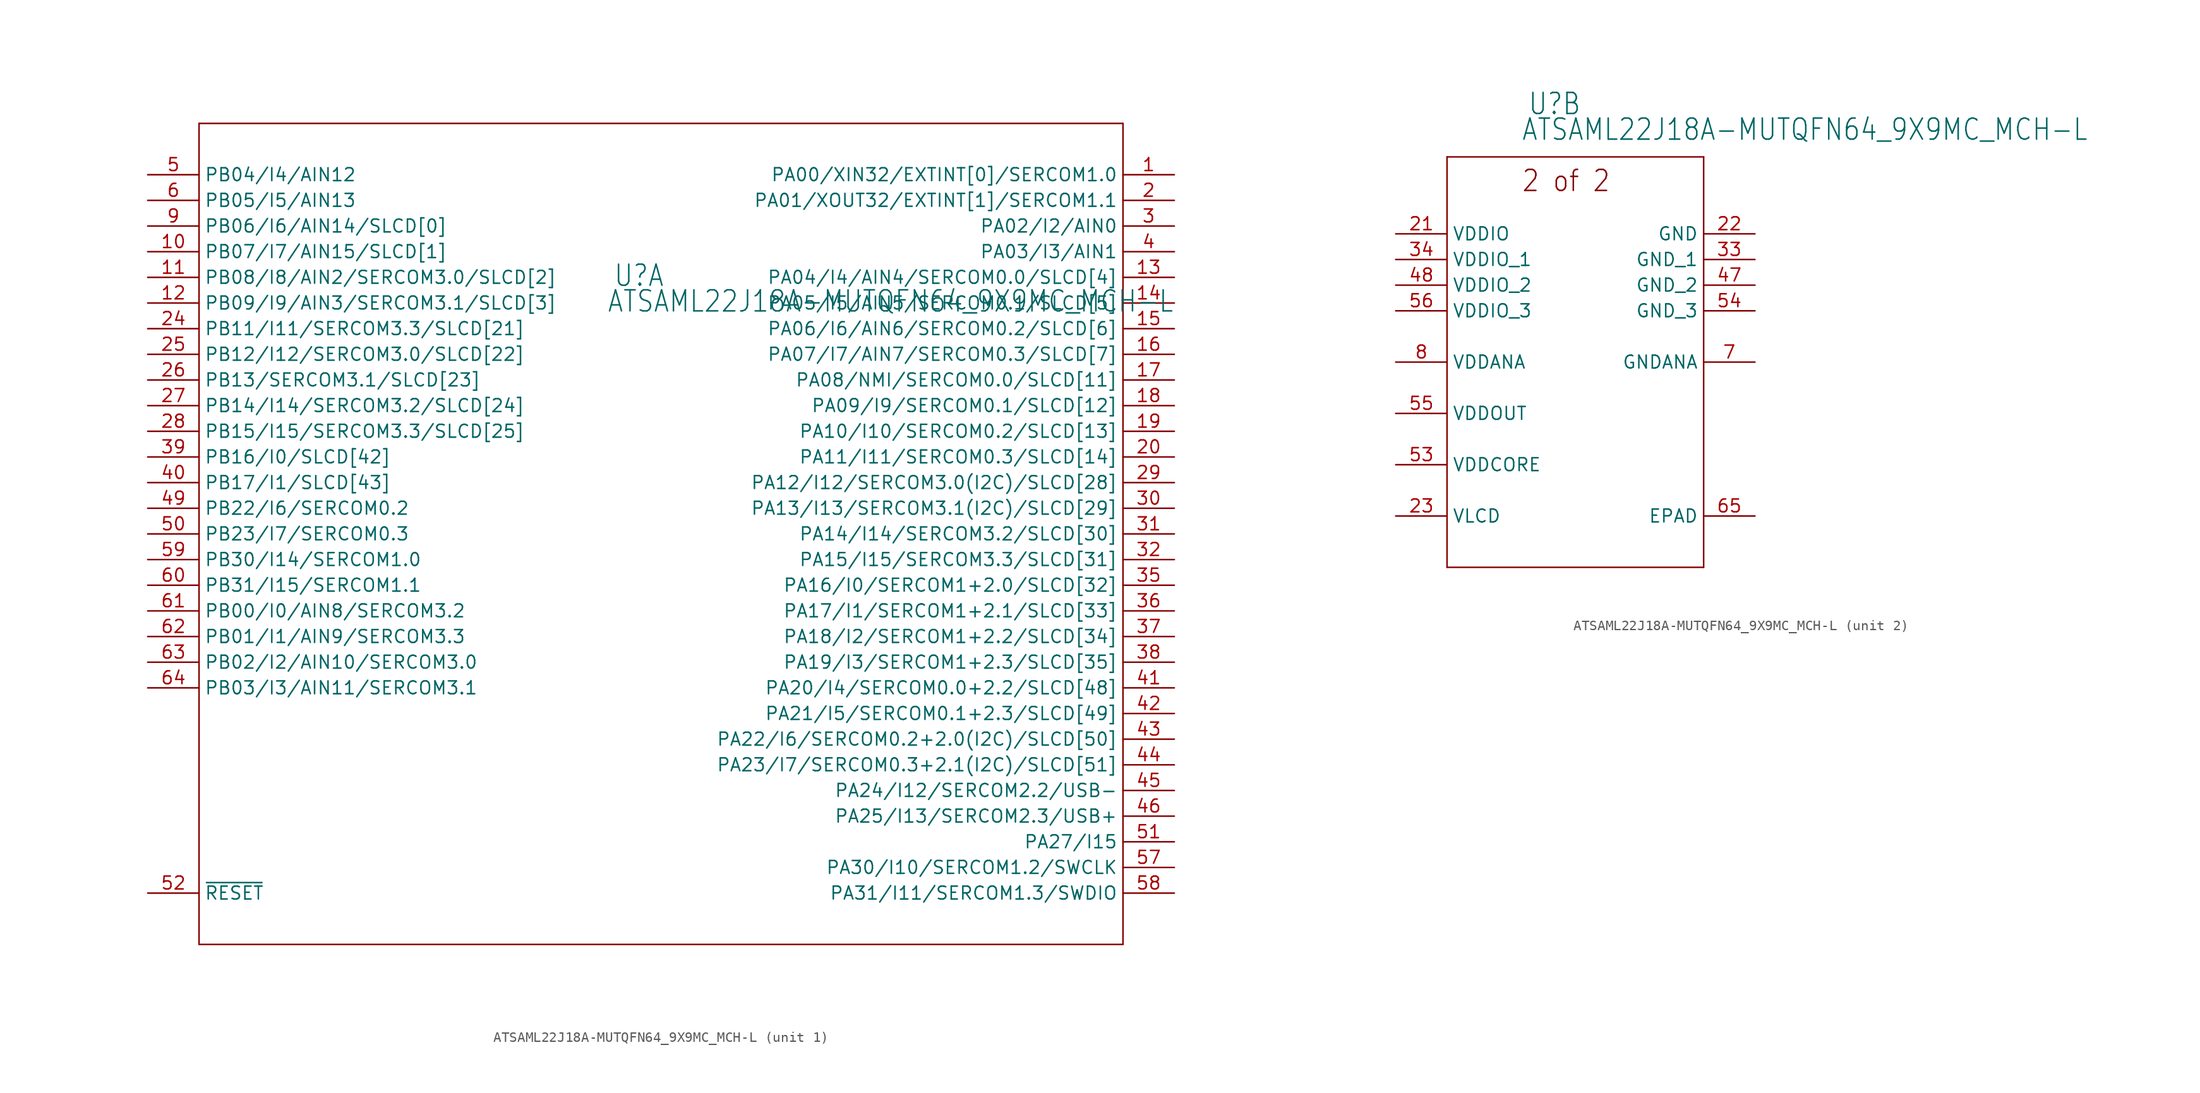
<source format=kicad_sym>
(kicad_symbol_lib
  (version 20211014)
  (generator kicad_symbol_editor)
  (symbol "ATSAML22J18A-MUTQFN64_9X9MC_MCH-L"
    (property "Reference" "U"
      (at -4.724 24.359 0)
      (effects (font (size 2.083 1.77)) (justify left bottom)))
    (property "Value" "ATSAML22J18A-MUTQFN64_9X9MC_MCH-L"
      (at -5.359 21.819 0)
      (effects (font (size 2.083 1.77)) (justify left bottom)))
    (property "ki_locked" ""
      (at 0 0 0)
      (effects (font (size 1.27 1.27))))
    (symbol "ATSAML22J18A-MUTQFN64_9X9MC_MCH-L_1_0"
      (polyline (pts (xy -45.72 -40.64) (xy 45.72 -40.64)) (stroke (width 0.152) (type default) (color 0 0 0 0)) (fill (type none)))
      (polyline (pts (xy -45.72 40.64) (xy -45.72 -40.64)) (stroke (width 0.152) (type default) (color 0 0 0 0)) (fill (type none)))
      (polyline (pts (xy 45.72 -40.64) (xy 45.72 40.64)) (stroke (width 0.152) (type default) (color 0 0 0 0)) (fill (type none)))
      (polyline (pts (xy 45.72 40.64) (xy -45.72 40.64)) (stroke (width 0.152) (type default) (color 0 0 0 0)) (fill (type none)))
      (pin bidirectional line (at 50.8 35.56 180) (length 5.08) (name "PA00/XIN32/EXTINT[0]/SERCOM1.0" (effects (font (size 1.27 1.27)))) (number "1" (effects (font (size 1.27 1.27)))))
      (pin bidirectional line (at -50.8 27.94 0) (length 5.08) (name "PB07/I7/AIN15/SLCD[1]" (effects (font (size 1.27 1.27)))) (number "10" (effects (font (size 1.27 1.27)))))
      (pin bidirectional line (at -50.8 25.4 0) (length 5.08) (name "PB08/I8/AIN2/SERCOM3.0/SLCD[2]" (effects (font (size 1.27 1.27)))) (number "11" (effects (font (size 1.27 1.27)))))
      (pin bidirectional line (at -50.8 22.86 0) (length 5.08) (name "PB09/I9/AIN3/SERCOM3.1/SLCD[3]" (effects (font (size 1.27 1.27)))) (number "12" (effects (font (size 1.27 1.27)))))
      (pin bidirectional line (at 50.8 25.4 180) (length 5.08) (name "PA04/I4/AIN4/SERCOM0.0/SLCD[4]" (effects (font (size 1.27 1.27)))) (number "13" (effects (font (size 1.27 1.27)))))
      (pin bidirectional line (at 50.8 22.86 180) (length 5.08) (name "PA05/I5/AIN5/SERCOM0.1/SLCD[5]" (effects (font (size 1.27 1.27)))) (number "14" (effects (font (size 1.27 1.27)))))
      (pin bidirectional line (at 50.8 20.32 180) (length 5.08) (name "PA06/I6/AIN6/SERCOM0.2/SLCD[6]" (effects (font (size 1.27 1.27)))) (number "15" (effects (font (size 1.27 1.27)))))
      (pin bidirectional line (at 50.8 17.78 180) (length 5.08) (name "PA07/I7/AIN7/SERCOM0.3/SLCD[7]" (effects (font (size 1.27 1.27)))) (number "16" (effects (font (size 1.27 1.27)))))
      (pin bidirectional line (at 50.8 15.24 180) (length 5.08) (name "PA08/NMI/SERCOM0.0/SLCD[11]" (effects (font (size 1.27 1.27)))) (number "17" (effects (font (size 1.27 1.27)))))
      (pin bidirectional line (at 50.8 12.7 180) (length 5.08) (name "PA09/I9/SERCOM0.1/SLCD[12]" (effects (font (size 1.27 1.27)))) (number "18" (effects (font (size 1.27 1.27)))))
      (pin bidirectional line (at 50.8 10.16 180) (length 5.08) (name "PA10/I10/SERCOM0.2/SLCD[13]" (effects (font (size 1.27 1.27)))) (number "19" (effects (font (size 1.27 1.27)))))
      (pin bidirectional line (at 50.8 33.02 180) (length 5.08) (name "PA01/XOUT32/EXTINT[1]/SERCOM1.1" (effects (font (size 1.27 1.27)))) (number "2" (effects (font (size 1.27 1.27)))))
      (pin bidirectional line (at 50.8 7.62 180) (length 5.08) (name "PA11/I11/SERCOM0.3/SLCD[14]" (effects (font (size 1.27 1.27)))) (number "20" (effects (font (size 1.27 1.27)))))
      (pin bidirectional line (at -50.8 20.32 0) (length 5.08) (name "PB11/I11/SERCOM3.3/SLCD[21]" (effects (font (size 1.27 1.27)))) (number "24" (effects (font (size 1.27 1.27)))))
      (pin bidirectional line (at -50.8 17.78 0) (length 5.08) (name "PB12/I12/SERCOM3.0/SLCD[22]" (effects (font (size 1.27 1.27)))) (number "25" (effects (font (size 1.27 1.27)))))
      (pin bidirectional line (at -50.8 15.24 0) (length 5.08) (name "PB13/SERCOM3.1/SLCD[23]" (effects (font (size 1.27 1.27)))) (number "26" (effects (font (size 1.27 1.27)))))
      (pin bidirectional line (at -50.8 12.7 0) (length 5.08) (name "PB14/I14/SERCOM3.2/SLCD[24]" (effects (font (size 1.27 1.27)))) (number "27" (effects (font (size 1.27 1.27)))))
      (pin bidirectional line (at -50.8 10.16 0) (length 5.08) (name "PB15/I15/SERCOM3.3/SLCD[25]" (effects (font (size 1.27 1.27)))) (number "28" (effects (font (size 1.27 1.27)))))
      (pin bidirectional line (at 50.8 5.08 180) (length 5.08) (name "PA12/I12/SERCOM3.0(I2C)/SLCD[28]" (effects (font (size 1.27 1.27)))) (number "29" (effects (font (size 1.27 1.27)))))
      (pin bidirectional line (at 50.8 30.48 180) (length 5.08) (name "PA02/I2/AIN0" (effects (font (size 1.27 1.27)))) (number "3" (effects (font (size 1.27 1.27)))))
      (pin bidirectional line (at 50.8 2.54 180) (length 5.08) (name "PA13/I13/SERCOM3.1(I2C)/SLCD[29]" (effects (font (size 1.27 1.27)))) (number "30" (effects (font (size 1.27 1.27)))))
      (pin bidirectional line (at 50.8 0 180) (length 5.08) (name "PA14/I14/SERCOM3.2/SLCD[30]" (effects (font (size 1.27 1.27)))) (number "31" (effects (font (size 1.27 1.27)))))
      (pin bidirectional line (at 50.8 -2.54 180) (length 5.08) (name "PA15/I15/SERCOM3.3/SLCD[31]" (effects (font (size 1.27 1.27)))) (number "32" (effects (font (size 1.27 1.27)))))
      (pin bidirectional line (at 50.8 -5.08 180) (length 5.08) (name "PA16/I0/SERCOM1+2.0/SLCD[32]" (effects (font (size 1.27 1.27)))) (number "35" (effects (font (size 1.27 1.27)))))
      (pin bidirectional line (at 50.8 -7.62 180) (length 5.08) (name "PA17/I1/SERCOM1+2.1/SLCD[33]" (effects (font (size 1.27 1.27)))) (number "36" (effects (font (size 1.27 1.27)))))
      (pin bidirectional line (at 50.8 -10.16 180) (length 5.08) (name "PA18/I2/SERCOM1+2.2/SLCD[34]" (effects (font (size 1.27 1.27)))) (number "37" (effects (font (size 1.27 1.27)))))
      (pin bidirectional line (at 50.8 -12.7 180) (length 5.08) (name "PA19/I3/SERCOM1+2.3/SLCD[35]" (effects (font (size 1.27 1.27)))) (number "38" (effects (font (size 1.27 1.27)))))
      (pin bidirectional line (at -50.8 7.62 0) (length 5.08) (name "PB16/I0/SLCD[42]" (effects (font (size 1.27 1.27)))) (number "39" (effects (font (size 1.27 1.27)))))
      (pin bidirectional line (at 50.8 27.94 180) (length 5.08) (name "PA03/I3/AIN1" (effects (font (size 1.27 1.27)))) (number "4" (effects (font (size 1.27 1.27)))))
      (pin bidirectional line (at -50.8 5.08 0) (length 5.08) (name "PB17/I1/SLCD[43]" (effects (font (size 1.27 1.27)))) (number "40" (effects (font (size 1.27 1.27)))))
      (pin bidirectional line (at 50.8 -15.24 180) (length 5.08) (name "PA20/I4/SERCOM0.0+2.2/SLCD[48]" (effects (font (size 1.27 1.27)))) (number "41" (effects (font (size 1.27 1.27)))))
      (pin bidirectional line (at 50.8 -17.78 180) (length 5.08) (name "PA21/I5/SERCOM0.1+2.3/SLCD[49]" (effects (font (size 1.27 1.27)))) (number "42" (effects (font (size 1.27 1.27)))))
      (pin bidirectional line (at 50.8 -20.32 180) (length 5.08) (name "PA22/I6/SERCOM0.2+2.0(I2C)/SLCD[50]" (effects (font (size 1.27 1.27)))) (number "43" (effects (font (size 1.27 1.27)))))
      (pin bidirectional line (at 50.8 -22.86 180) (length 5.08) (name "PA23/I7/SERCOM0.3+2.1(I2C)/SLCD[51]" (effects (font (size 1.27 1.27)))) (number "44" (effects (font (size 1.27 1.27)))))
      (pin bidirectional line (at 50.8 -25.4 180) (length 5.08) (name "PA24/I12/SERCOM2.2/USB-" (effects (font (size 1.27 1.27)))) (number "45" (effects (font (size 1.27 1.27)))))
      (pin bidirectional line (at 50.8 -27.94 180) (length 5.08) (name "PA25/I13/SERCOM2.3/USB+" (effects (font (size 1.27 1.27)))) (number "46" (effects (font (size 1.27 1.27)))))
      (pin bidirectional line (at -50.8 2.54 0) (length 5.08) (name "PB22/I6/SERCOM0.2" (effects (font (size 1.27 1.27)))) (number "49" (effects (font (size 1.27 1.27)))))
      (pin bidirectional line (at -50.8 35.56 0) (length 5.08) (name "PB04/I4/AIN12" (effects (font (size 1.27 1.27)))) (number "5" (effects (font (size 1.27 1.27)))))
      (pin bidirectional line (at -50.8 0 0) (length 5.08) (name "PB23/I7/SERCOM0.3" (effects (font (size 1.27 1.27)))) (number "50" (effects (font (size 1.27 1.27)))))
      (pin bidirectional line (at 50.8 -30.48 180) (length 5.08) (name "PA27/I15" (effects (font (size 1.27 1.27)))) (number "51" (effects (font (size 1.27 1.27)))))
      (pin bidirectional line (at -50.8 -35.56 0) (length 5.08) (name "~{RESET}" (effects (font (size 1.27 1.27)))) (number "52" (effects (font (size 1.27 1.27)))))
      (pin bidirectional line (at 50.8 -33.02 180) (length 5.08) (name "PA30/I10/SERCOM1.2/SWCLK" (effects (font (size 1.27 1.27)))) (number "57" (effects (font (size 1.27 1.27)))))
      (pin bidirectional line (at 50.8 -35.56 180) (length 5.08) (name "PA31/I11/SERCOM1.3/SWDIO" (effects (font (size 1.27 1.27)))) (number "58" (effects (font (size 1.27 1.27)))))
      (pin bidirectional line (at -50.8 -2.54 0) (length 5.08) (name "PB30/I14/SERCOM1.0" (effects (font (size 1.27 1.27)))) (number "59" (effects (font (size 1.27 1.27)))))
      (pin bidirectional line (at -50.8 33.02 0) (length 5.08) (name "PB05/I5/AIN13" (effects (font (size 1.27 1.27)))) (number "6" (effects (font (size 1.27 1.27)))))
      (pin bidirectional line (at -50.8 -5.08 0) (length 5.08) (name "PB31/I15/SERCOM1.1" (effects (font (size 1.27 1.27)))) (number "60" (effects (font (size 1.27 1.27)))))
      (pin bidirectional line (at -50.8 -7.62 0) (length 5.08) (name "PB00/I0/AIN8/SERCOM3.2" (effects (font (size 1.27 1.27)))) (number "61" (effects (font (size 1.27 1.27)))))
      (pin bidirectional line (at -50.8 -10.16 0) (length 5.08) (name "PB01/I1/AIN9/SERCOM3.3" (effects (font (size 1.27 1.27)))) (number "62" (effects (font (size 1.27 1.27)))))
      (pin bidirectional line (at -50.8 -12.7 0) (length 5.08) (name "PB02/I2/AIN10/SERCOM3.0" (effects (font (size 1.27 1.27)))) (number "63" (effects (font (size 1.27 1.27)))))
      (pin bidirectional line (at -50.8 -15.24 0) (length 5.08) (name "PB03/I3/AIN11/SERCOM3.1" (effects (font (size 1.27 1.27)))) (number "64" (effects (font (size 1.27 1.27)))))
      (pin bidirectional line (at -50.8 30.48 0) (length 5.08) (name "PB06/I6/AIN14/SLCD[0]" (effects (font (size 1.27 1.27)))) (number "9" (effects (font (size 1.27 1.27))))))
    (symbol "ATSAML22J18A-MUTQFN64_9X9MC_MCH-L_2_0"
      (polyline (pts (xy -12.7 -20.32) (xy 12.7 -20.32)) (stroke (width 0.152) (type default) (color 0 0 0 0)) (fill (type none)))
      (polyline (pts (xy -12.7 20.32) (xy -12.7 -20.32)) (stroke (width 0.152) (type default) (color 0 0 0 0)) (fill (type none)))
      (polyline (pts (xy 12.7 -20.32) (xy 12.7 20.32)) (stroke (width 0.152) (type default) (color 0 0 0 0)) (fill (type none)))
      (polyline (pts (xy 12.7 20.32) (xy -12.7 20.32)) (stroke (width 0.152) (type default) (color 0 0 0 0)) (fill (type none)))
      (text "2 of 2" (at -5.359 16.739 0) (effects (font (size 2.083 1.77)) (justify left bottom)))
      (pin power_in line (at -17.78 12.7 0) (length 5.08) (name "VDDIO" (effects (font (size 1.27 1.27)))) (number "21" (effects (font (size 1.27 1.27)))))
      (pin passive line (at 17.78 12.7 180) (length 5.08) (name "GND" (effects (font (size 1.27 1.27)))) (number "22" (effects (font (size 1.27 1.27)))))
      (pin passive line (at -17.78 -15.24 0) (length 5.08) (name "VLCD" (effects (font (size 1.27 1.27)))) (number "23" (effects (font (size 1.27 1.27)))))
      (pin passive line (at 17.78 10.16 180) (length 5.08) (name "GND_1" (effects (font (size 1.27 1.27)))) (number "33" (effects (font (size 1.27 1.27)))))
      (pin power_in line (at -17.78 10.16 0) (length 5.08) (name "VDDIO_1" (effects (font (size 1.27 1.27)))) (number "34" (effects (font (size 1.27 1.27)))))
      (pin passive line (at 17.78 7.62 180) (length 5.08) (name "GND_2" (effects (font (size 1.27 1.27)))) (number "47" (effects (font (size 1.27 1.27)))))
      (pin power_in line (at -17.78 7.62 0) (length 5.08) (name "VDDIO_2" (effects (font (size 1.27 1.27)))) (number "48" (effects (font (size 1.27 1.27)))))
      (pin power_in line (at -17.78 -10.16 0) (length 5.08) (name "VDDCORE" (effects (font (size 1.27 1.27)))) (number "53" (effects (font (size 1.27 1.27)))))
      (pin passive line (at 17.78 5.08 180) (length 5.08) (name "GND_3" (effects (font (size 1.27 1.27)))) (number "54" (effects (font (size 1.27 1.27)))))
      (pin output line (at -17.78 -5.08 0) (length 5.08) (name "VDDOUT" (effects (font (size 1.27 1.27)))) (number "55" (effects (font (size 1.27 1.27)))))
      (pin power_in line (at -17.78 5.08 0) (length 5.08) (name "VDDIO_3" (effects (font (size 1.27 1.27)))) (number "56" (effects (font (size 1.27 1.27)))))
      (pin passive line (at 17.78 -15.24 180) (length 5.08) (name "EPAD" (effects (font (size 1.27 1.27)))) (number "65" (effects (font (size 1.27 1.27)))))
      (pin passive line (at 17.78 0 180) (length 5.08) (name "GNDANA" (effects (font (size 1.27 1.27)))) (number "7" (effects (font (size 1.27 1.27)))))
      (pin power_in line (at -17.78 0 0) (length 5.08) (name "VDDANA" (effects (font (size 1.27 1.27)))) (number "8" (effects (font (size 1.27 1.27))))))))
</source>
